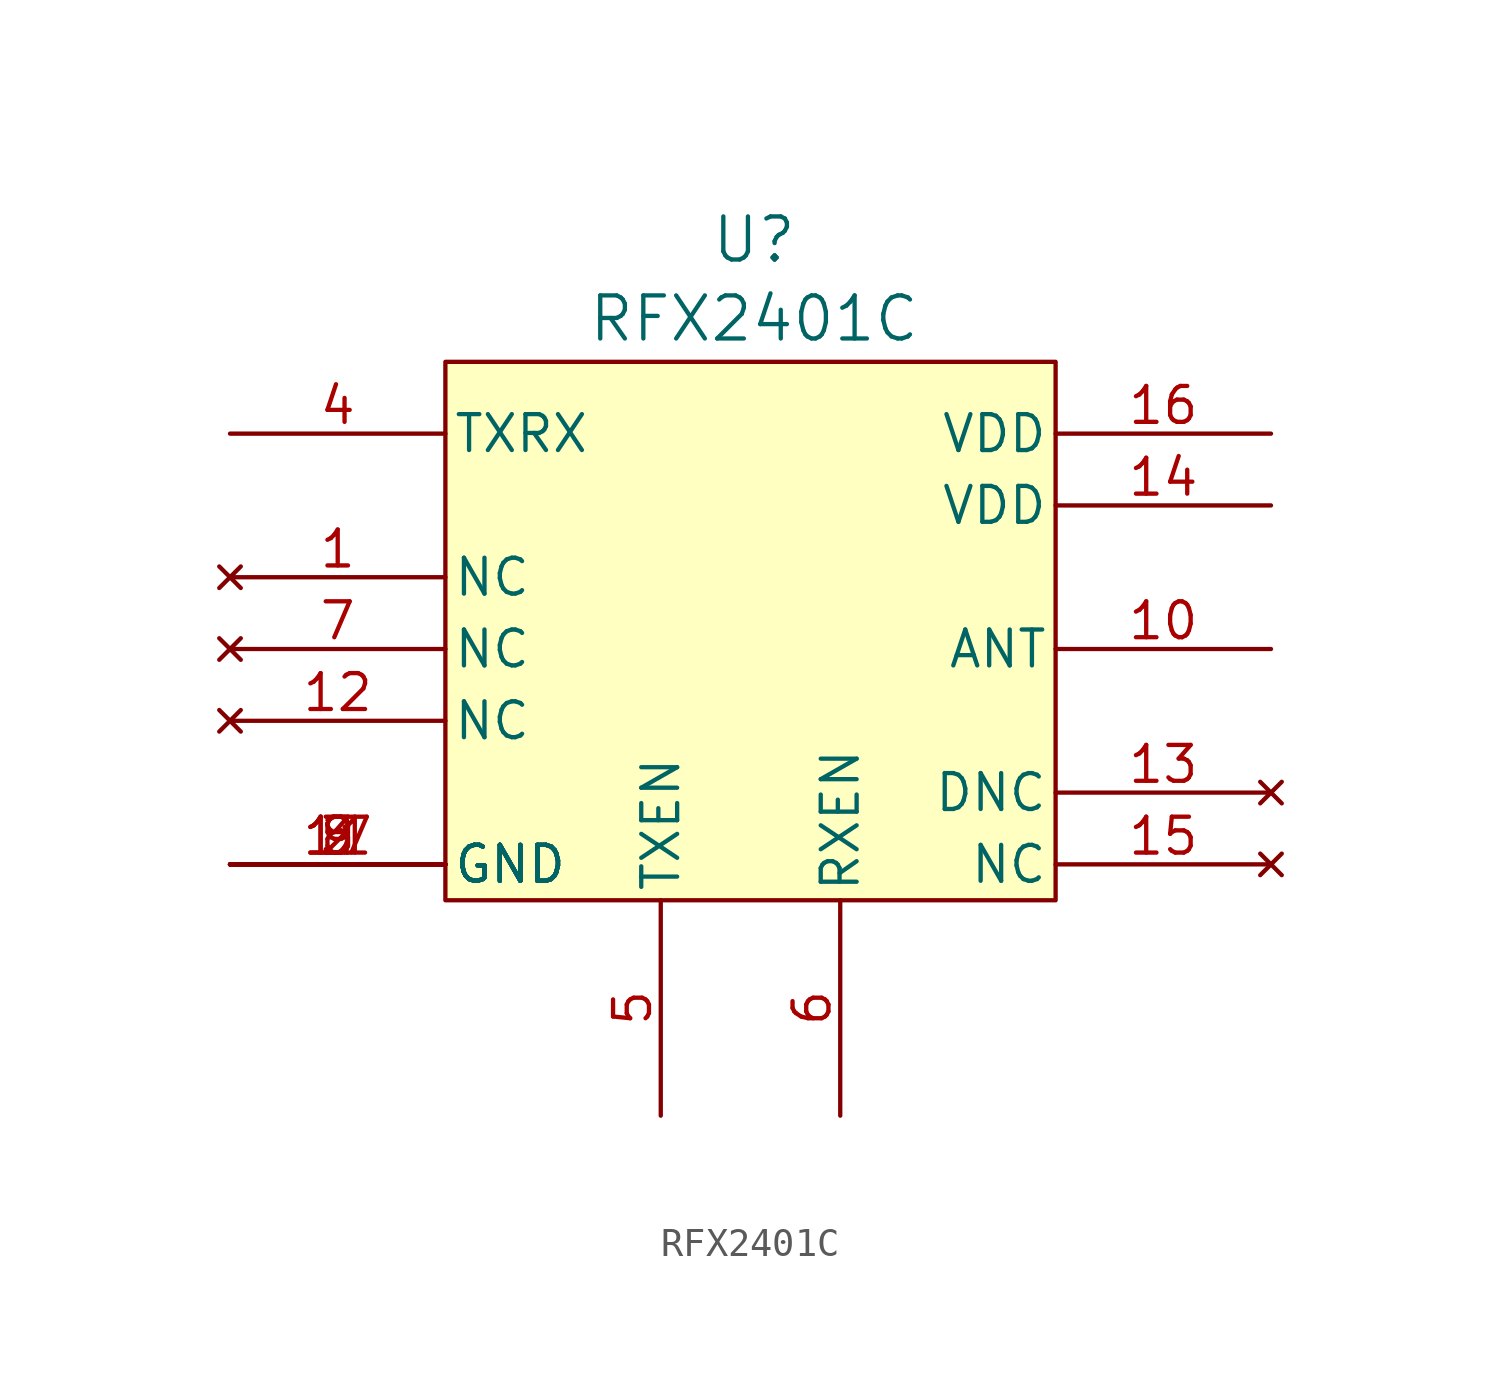
<source format=kicad_sym>
(kicad_symbol_lib
  (version 20231120)
  (generator "kicad_symbol_editor")
  (generator_version "8.0")
  (symbol "RFX2401C"
    (pin_names
      (offset 0.254))
    (property "Reference" "U"
      (at 18.542 9.398 0)
      (effects (font (size 1.524 1.524))))
    (property "Value" "RFX2401C"
      (at 18.542 6.604 0)
      (effects (font (size 1.524 1.524))))
    (property "ki_locked" ""
      (at 0 0 0)
      (effects (font (size 1.27 1.27))))
    (symbol "RFX2401C_0_1"
      (pin no_connect line (at 0 -2.54 0) (length 7.62) (name "NC" (effects (font (size 1.27 1.27)))) (number "1" (effects (font (size 1.27 1.27)))))
      (pin unspecified line (at 36.83 -5.08 180) (length 7.62) (name "ANT" (effects (font (size 1.27 1.27)))) (number "10" (effects (font (size 1.27 1.27)))))
      (pin power_out line (at 0 -12.7 0) (length 7.62) (name "GND" (effects (font (size 1.27 1.27)))) (number "11" (effects (font (size 1.27 1.27)))))
      (pin no_connect line (at 0 -7.62 0) (length 7.62) (name "NC" (effects (font (size 1.27 1.27)))) (number "12" (effects (font (size 1.27 1.27)))))
      (pin no_connect line (at 36.83 -10.16 180) (length 7.62) (name "DNC" (effects (font (size 1.27 1.27)))) (number "13" (effects (font (size 1.27 1.27)))))
      (pin power_in line (at 36.83 0 180) (length 7.62) (name "VDD" (effects (font (size 1.27 1.27)))) (number "14" (effects (font (size 1.27 1.27)))))
      (pin no_connect line (at 36.83 -12.7 180) (length 7.62) (name "NC" (effects (font (size 1.27 1.27)))) (number "15" (effects (font (size 1.27 1.27)))))
      (pin power_in line (at 36.83 2.54 180) (length 7.62) (name "VDD" (effects (font (size 1.27 1.27)))) (number "16" (effects (font (size 1.27 1.27)))))
      (pin power_out line (at 0 -12.7 0) (length 7.62) (name "GND" (effects (font (size 1.27 1.27)))) (number "17" (effects (font (size 1.27 1.27)))))
      (pin power_out line (at 0 -12.7 0) (length 7.62) (name "GND" (effects (font (size 1.27 1.27)))) (number "2" (effects (font (size 1.27 1.27)))))
      (pin power_out line (at 0 -12.7 0) (length 7.62) (name "GND" (effects (font (size 1.27 1.27)))) (number "3" (effects (font (size 1.27 1.27)))))
      (pin unspecified line (at 0 2.54 0) (length 7.62) (name "TXRX" (effects (font (size 1.27 1.27)))) (number "4" (effects (font (size 1.27 1.27)))))
      (pin input line (at 15.24 -21.59 90) (length 7.62) (name "TXEN" (effects (font (size 1.27 1.27)))) (number "5" (effects (font (size 1.27 1.27)))))
      (pin input line (at 21.59 -21.59 90) (length 7.62) (name "RXEN" (effects (font (size 1.27 1.27)))) (number "6" (effects (font (size 1.27 1.27)))))
      (pin no_connect line (at 0 -5.08 0) (length 7.62) (name "NC" (effects (font (size 1.27 1.27)))) (number "7" (effects (font (size 1.27 1.27)))))
      (pin power_out line (at 0 -12.7 0) (length 7.62) (name "GND" (effects (font (size 1.27 1.27)))) (number "8" (effects (font (size 1.27 1.27)))))
      (pin power_out line (at 0 -12.7 0) (length 7.62) (name "GND" (effects (font (size 1.27 1.27)))) (number "9" (effects (font (size 1.27 1.27))))))
    (symbol "RFX2401C_1_1"
      (rectangle (start 7.62 5.08) (end 29.21 -13.97) (stroke (width 0) (type default)) (fill (type background))))))
</source>
